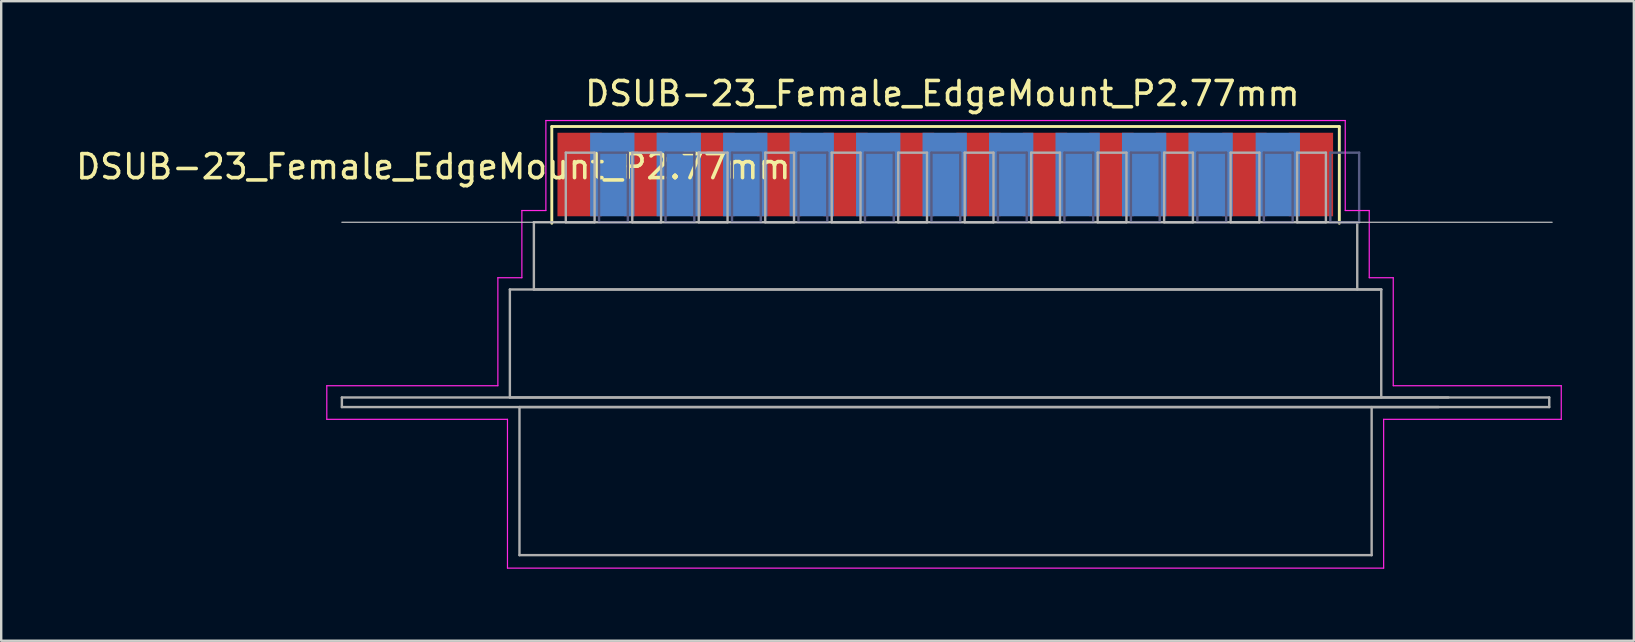
<source format=kicad_pcb>
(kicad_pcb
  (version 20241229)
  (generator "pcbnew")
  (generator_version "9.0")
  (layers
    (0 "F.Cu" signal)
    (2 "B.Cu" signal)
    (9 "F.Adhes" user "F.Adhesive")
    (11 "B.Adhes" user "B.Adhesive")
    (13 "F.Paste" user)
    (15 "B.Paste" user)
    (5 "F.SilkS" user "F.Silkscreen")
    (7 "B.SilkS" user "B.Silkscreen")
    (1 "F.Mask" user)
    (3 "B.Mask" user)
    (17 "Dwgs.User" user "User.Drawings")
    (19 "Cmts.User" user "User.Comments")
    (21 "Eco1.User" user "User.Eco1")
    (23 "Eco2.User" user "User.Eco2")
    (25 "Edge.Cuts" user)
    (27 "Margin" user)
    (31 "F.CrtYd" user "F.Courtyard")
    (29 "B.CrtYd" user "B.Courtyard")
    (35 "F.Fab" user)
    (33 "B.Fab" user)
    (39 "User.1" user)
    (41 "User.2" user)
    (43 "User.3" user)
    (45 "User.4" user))
  (footprint "DSUB-23_Female_EdgeMount_P2.77mm"
    (layer "F.Cu")
    (at 36.22 4.221)
    (property "Reference" "DSUB-23_Female_EdgeMount_P2.77mm" (at -21.214 -0.325 0) (layer "F.SilkS") (effects (font (size 1 1) (thickness 0.15))))
    (attr smd)
    (fp_line (start -16.279 -2) (end -16.279 2.032) (stroke (width 0.12) (type solid)) (layer "F.SilkS"))
    (fp_line (start 16.533 -2) (end -16.279 -2) (stroke (width 0.12) (type solid)) (layer "F.SilkS"))
    (fp_line (start 16.533 2.032) (end 16.533 -2) (stroke (width 0.12) (type solid)) (layer "F.SilkS"))
    (fp_line (start -25.026 1.99) (end 25.4 1.99) (stroke (width 0.05) (type solid)) (layer "Dwgs.User"))
    (fp_line (start -25.654 8.8) (end -18.526 8.8) (stroke (width 0.05) (type solid)) (layer "F.CrtYd"))
    (fp_line (start -25.654 10.2) (end -25.654 8.8) (stroke (width 0.05) (type solid)) (layer "F.CrtYd"))
    (fp_line (start -18.526 4.3) (end -17.526 4.3) (stroke (width 0.05) (type solid)) (layer "F.CrtYd"))
    (fp_line (start -18.526 8.8) (end -18.526 4.3) (stroke (width 0.05) (type solid)) (layer "F.CrtYd"))
    (fp_line (start -18.126 10.2) (end -25.654 10.2) (stroke (width 0.05) (type solid)) (layer "F.CrtYd"))
    (fp_line (start -18.126 16.4) (end -18.126 10.2) (stroke (width 0.05) (type solid)) (layer "F.CrtYd"))
    (fp_line (start -17.526 1.5) (end -16.526 1.5) (stroke (width 0.05) (type solid)) (layer "F.CrtYd"))
    (fp_line (start -17.526 4.3) (end -17.526 1.5) (stroke (width 0.05) (type solid)) (layer "F.CrtYd"))
    (fp_line (start -16.526 -2.25) (end 16.78 -2.25) (stroke (width 0.05) (type solid)) (layer "F.CrtYd"))
    (fp_line (start -16.526 1.5) (end -16.526 -2.25) (stroke (width 0.05) (type solid)) (layer "F.CrtYd"))
    (fp_line (start 16.78 -2.25) (end 16.78 1.5) (stroke (width 0.05) (type solid)) (layer "F.CrtYd"))
    (fp_line (start 16.78 1.5) (end 17.78 1.5) (stroke (width 0.05) (type solid)) (layer "F.CrtYd"))
    (fp_line (start 17.78 1.5) (end 17.78 4.3) (stroke (width 0.05) (type solid)) (layer "F.CrtYd"))
    (fp_line (start 17.78 4.3) (end 18.78 4.3) (stroke (width 0.05) (type solid)) (layer "F.CrtYd"))
    (fp_line (start 18.38 10.2) (end 18.38 16.4) (stroke (width 0.05) (type solid)) (layer "F.CrtYd"))
    (fp_line (start 18.38 16.4) (end -18.126 16.4) (stroke (width 0.05) (type solid)) (layer "F.CrtYd"))
    (fp_line (start 18.78 4.3) (end 18.78 8.8) (stroke (width 0.05) (type solid)) (layer "F.CrtYd"))
    (fp_line (start 18.78 8.8) (end 25.78 8.8) (stroke (width 0.05) (type solid)) (layer "F.CrtYd"))
    (fp_line (start 25.78 8.8) (end 25.78 10.2) (stroke (width 0.05) (type solid)) (layer "F.CrtYd"))
    (fp_line (start 25.78 10.2) (end 18.38 10.2) (stroke (width 0.05) (type solid)) (layer "F.CrtYd"))
    (fp_line (start -14.311 -0.91) (end -14.311 1.99) (stroke (width 0.1) (type solid)) (layer "B.Fab"))
    (fp_line (start -14.311 1.99) (end -13.111 1.99) (stroke (width 0.1) (type solid)) (layer "B.Fab"))
    (fp_line (start -13.111 -0.91) (end -14.311 -0.91) (stroke (width 0.1) (type solid)) (layer "B.Fab"))
    (fp_line (start -13.111 1.99) (end -13.111 -0.91) (stroke (width 0.1) (type solid)) (layer "B.Fab"))
    (fp_line (start -11.541 -0.91) (end -11.541 1.99) (stroke (width 0.1) (type solid)) (layer "B.Fab"))
    (fp_line (start -11.541 1.99) (end -10.341 1.99) (stroke (width 0.1) (type solid)) (layer "B.Fab"))
    (fp_line (start -10.341 -0.91) (end -11.541 -0.91) (stroke (width 0.1) (type solid)) (layer "B.Fab"))
    (fp_line (start -10.341 1.99) (end -10.341 -0.91) (stroke (width 0.1) (type solid)) (layer "B.Fab"))
    (fp_line (start -8.771 -0.91) (end -8.771 1.99) (stroke (width 0.1) (type solid)) (layer "B.Fab"))
    (fp_line (start -8.771 1.99) (end -7.571 1.99) (stroke (width 0.1) (type solid)) (layer "B.Fab"))
    (fp_line (start -7.571 -0.91) (end -8.771 -0.91) (stroke (width 0.1) (type solid)) (layer "B.Fab"))
    (fp_line (start -7.571 1.99) (end -7.571 -0.91) (stroke (width 0.1) (type solid)) (layer "B.Fab"))
    (fp_line (start -6.001 -0.91) (end -6.001 1.99) (stroke (width 0.1) (type solid)) (layer "B.Fab"))
    (fp_line (start -6.001 1.99) (end -4.801 1.99) (stroke (width 0.1) (type solid)) (layer "B.Fab"))
    (fp_line (start -4.801 -0.91) (end -6.001 -0.91) (stroke (width 0.1) (type solid)) (layer "B.Fab"))
    (fp_line (start -4.801 1.99) (end -4.801 -0.91) (stroke (width 0.1) (type solid)) (layer "B.Fab"))
    (fp_line (start -3.231 -0.91) (end -3.231 1.99) (stroke (width 0.1) (type solid)) (layer "B.Fab"))
    (fp_line (start -3.231 1.99) (end -2.031 1.99) (stroke (width 0.1) (type solid)) (layer "B.Fab"))
    (fp_line (start -2.031 -0.91) (end -3.231 -0.91) (stroke (width 0.1) (type solid)) (layer "B.Fab"))
    (fp_line (start -2.031 1.99) (end -2.031 -0.91) (stroke (width 0.1) (type solid)) (layer "B.Fab"))
    (fp_line (start -0.461 -0.91) (end -0.461 1.99) (stroke (width 0.1) (type solid)) (layer "B.Fab"))
    (fp_line (start -0.461 1.99) (end 0.739 1.99) (stroke (width 0.1) (type solid)) (layer "B.Fab"))
    (fp_line (start 0.739 -0.91) (end -0.461 -0.91) (stroke (width 0.1) (type solid)) (layer "B.Fab"))
    (fp_line (start 0.739 1.99) (end 0.739 -0.91) (stroke (width 0.1) (type solid)) (layer "B.Fab"))
    (fp_line (start 2.309 -0.91) (end 2.309 1.99) (stroke (width 0.1) (type solid)) (layer "B.Fab"))
    (fp_line (start 2.309 1.99) (end 3.509 1.99) (stroke (width 0.1) (type solid)) (layer "B.Fab"))
    (fp_line (start 3.509 -0.91) (end 2.309 -0.91) (stroke (width 0.1) (type solid)) (layer "B.Fab"))
    (fp_line (start 3.509 1.99) (end 3.509 -0.91) (stroke (width 0.1) (type solid)) (layer "B.Fab"))
    (fp_line (start 5.079 -0.91) (end 5.079 1.99) (stroke (width 0.1) (type solid)) (layer "B.Fab"))
    (fp_line (start 5.079 1.99) (end 6.279 1.99) (stroke (width 0.1) (type solid)) (layer "B.Fab"))
    (fp_line (start 6.279 -0.91) (end 5.079 -0.91) (stroke (width 0.1) (type solid)) (layer "B.Fab"))
    (fp_line (start 6.279 1.99) (end 6.279 -0.91) (stroke (width 0.1) (type solid)) (layer "B.Fab"))
    (fp_line (start 7.849 -0.91) (end 7.849 1.99) (stroke (width 0.1) (type solid)) (layer "B.Fab"))
    (fp_line (start 7.849 1.99) (end 9.049 1.99) (stroke (width 0.1) (type solid)) (layer "B.Fab"))
    (fp_line (start 9.049 -0.91) (end 7.849 -0.91) (stroke (width 0.1) (type solid)) (layer "B.Fab"))
    (fp_line (start 9.049 1.99) (end 9.049 -0.91) (stroke (width 0.1) (type solid)) (layer "B.Fab"))
    (fp_line (start 10.619 -0.91) (end 10.619 1.99) (stroke (width 0.1) (type solid)) (layer "B.Fab"))
    (fp_line (start 10.619 1.99) (end 11.819 1.99) (stroke (width 0.1) (type solid)) (layer "B.Fab"))
    (fp_line (start 11.819 -0.91) (end 10.619 -0.91) (stroke (width 0.1) (type solid)) (layer "B.Fab"))
    (fp_line (start 11.819 1.99) (end 11.819 -0.91) (stroke (width 0.1) (type solid)) (layer "B.Fab"))
    (fp_line (start 13.389 -0.91) (end 13.389 1.99) (stroke (width 0.1) (type solid)) (layer "B.Fab"))
    (fp_line (start 13.389 1.99) (end 14.589 1.99) (stroke (width 0.1) (type solid)) (layer "B.Fab"))
    (fp_line (start 14.589 -0.91) (end 13.389 -0.91) (stroke (width 0.1) (type solid)) (layer "B.Fab"))
    (fp_line (start 14.589 1.99) (end 14.589 -0.91) (stroke (width 0.1) (type solid)) (layer "B.Fab"))
    (fp_line (start 16.159 -0.91) (end 16.159 1.99) (stroke (width 0.1) (type solid)) (layer "B.Fab"))
    (fp_line (start 16.159 1.99) (end 17.359 1.99) (stroke (width 0.1) (type solid)) (layer "B.Fab"))
    (fp_line (start 17.359 -0.91) (end 16.159 -0.91) (stroke (width 0.1) (type solid)) (layer "B.Fab"))
    (fp_line (start 17.359 1.99) (end 17.359 -0.91) (stroke (width 0.1) (type solid)) (layer "B.Fab"))
    (fp_line (start -25.026 9.29) (end -25.026 9.69) (stroke (width 0.1) (type solid)) (layer "F.Fab"))
    (fp_line (start -25.026 9.69) (end 25.28 9.69) (stroke (width 0.1) (type solid)) (layer "F.Fab"))
    (fp_line (start -18.026 4.79) (end -18.026 9.29) (stroke (width 0.1) (type solid)) (layer "F.Fab"))
    (fp_line (start -18.026 9.29) (end 21.074 9.29) (stroke (width 0.1) (type solid)) (layer "F.Fab"))
    (fp_line (start -17.626 9.69) (end -17.626 15.86) (stroke (width 0.1) (type solid)) (layer "F.Fab"))
    (fp_line (start -17.626 15.86) (end 17.88 15.86) (stroke (width 0.1) (type solid)) (layer "F.Fab"))
    (fp_line (start -17.026 1.99) (end -17.026 4.79) (stroke (width 0.1) (type solid)) (layer "F.Fab"))
    (fp_line (start -17.026 4.79) (end 18.28 4.79) (stroke (width 0.1) (type solid)) (layer "F.Fab"))
    (fp_line (start -15.696 -0.91) (end -15.696 1.99) (stroke (width 0.1) (type solid)) (layer "F.Fab"))
    (fp_line (start -15.696 1.99) (end -14.496 1.99) (stroke (width 0.1) (type solid)) (layer "F.Fab"))
    (fp_line (start -14.496 -0.91) (end -15.696 -0.91) (stroke (width 0.1) (type solid)) (layer "F.Fab"))
    (fp_line (start -14.496 1.99) (end -14.496 -0.91) (stroke (width 0.1) (type solid)) (layer "F.Fab"))
    (fp_line (start -12.926 -0.91) (end -12.926 1.99) (stroke (width 0.1) (type solid)) (layer "F.Fab"))
    (fp_line (start -12.926 1.99) (end -11.726 1.99) (stroke (width 0.1) (type solid)) (layer "F.Fab"))
    (fp_line (start -11.726 -0.91) (end -12.926 -0.91) (stroke (width 0.1) (type solid)) (layer "F.Fab"))
    (fp_line (start -11.726 1.99) (end -11.726 -0.91) (stroke (width 0.1) (type solid)) (layer "F.Fab"))
    (fp_line (start -10.156 -0.91) (end -10.156 1.99) (stroke (width 0.1) (type solid)) (layer "F.Fab"))
    (fp_line (start -10.156 1.99) (end -8.956 1.99) (stroke (width 0.1) (type solid)) (layer "F.Fab"))
    (fp_line (start -8.956 -0.91) (end -10.156 -0.91) (stroke (width 0.1) (type solid)) (layer "F.Fab"))
    (fp_line (start -8.956 1.99) (end -8.956 -0.91) (stroke (width 0.1) (type solid)) (layer "F.Fab"))
    (fp_line (start -7.386 -0.91) (end -7.386 1.99) (stroke (width 0.1) (type solid)) (layer "F.Fab"))
    (fp_line (start -7.386 1.99) (end -6.186 1.99) (stroke (width 0.1) (type solid)) (layer "F.Fab"))
    (fp_line (start -6.186 -0.91) (end -7.386 -0.91) (stroke (width 0.1) (type solid)) (layer "F.Fab"))
    (fp_line (start -6.186 1.99) (end -6.186 -0.91) (stroke (width 0.1) (type solid)) (layer "F.Fab"))
    (fp_line (start -4.616 -0.91) (end -4.616 1.99) (stroke (width 0.1) (type solid)) (layer "F.Fab"))
    (fp_line (start -4.616 1.99) (end -3.416 1.99) (stroke (width 0.1) (type solid)) (layer "F.Fab"))
    (fp_line (start -3.416 -0.91) (end -4.616 -0.91) (stroke (width 0.1) (type solid)) (layer "F.Fab"))
    (fp_line (start -3.416 1.99) (end -3.416 -0.91) (stroke (width 0.1) (type solid)) (layer "F.Fab"))
    (fp_line (start -1.846 -0.91) (end -1.846 1.99) (stroke (width 0.1) (type solid)) (layer "F.Fab"))
    (fp_line (start -1.846 1.99) (end -0.646 1.99) (stroke (width 0.1) (type solid)) (layer "F.Fab"))
    (fp_line (start -0.646 -0.91) (end -1.846 -0.91) (stroke (width 0.1) (type solid)) (layer "F.Fab"))
    (fp_line (start -0.646 1.99) (end -0.646 -0.91) (stroke (width 0.1) (type solid)) (layer "F.Fab"))
    (fp_line (start 0.924 -0.91) (end 0.924 1.99) (stroke (width 0.1) (type solid)) (layer "F.Fab"))
    (fp_line (start 0.924 1.99) (end 2.124 1.99) (stroke (width 0.1) (type solid)) (layer "F.Fab"))
    (fp_line (start 2.124 -0.91) (end 0.924 -0.91) (stroke (width 0.1) (type solid)) (layer "F.Fab"))
    (fp_line (start 2.124 1.99) (end 2.124 -0.91) (stroke (width 0.1) (type solid)) (layer "F.Fab"))
    (fp_line (start 3.694 -0.91) (end 3.694 1.99) (stroke (width 0.1) (type solid)) (layer "F.Fab"))
    (fp_line (start 3.694 1.99) (end 4.894 1.99) (stroke (width 0.1) (type solid)) (layer "F.Fab"))
    (fp_line (start 4.894 -0.91) (end 3.694 -0.91) (stroke (width 0.1) (type solid)) (layer "F.Fab"))
    (fp_line (start 4.894 1.99) (end 4.894 -0.91) (stroke (width 0.1) (type solid)) (layer "F.Fab"))
    (fp_line (start 6.464 -0.91) (end 6.464 1.99) (stroke (width 0.1) (type solid)) (layer "F.Fab"))
    (fp_line (start 6.464 1.99) (end 7.664 1.99) (stroke (width 0.1) (type solid)) (layer "F.Fab"))
    (fp_line (start 7.664 -0.91) (end 6.464 -0.91) (stroke (width 0.1) (type solid)) (layer "F.Fab"))
    (fp_line (start 7.664 1.99) (end 7.664 -0.91) (stroke (width 0.1) (type solid)) (layer "F.Fab"))
    (fp_line (start 9.234 -0.91) (end 9.234 1.99) (stroke (width 0.1) (type solid)) (layer "F.Fab"))
    (fp_line (start 9.234 1.99) (end 10.434 1.99) (stroke (width 0.1) (type solid)) (layer "F.Fab"))
    (fp_line (start 10.434 -0.91) (end 9.234 -0.91) (stroke (width 0.1) (type solid)) (layer "F.Fab"))
    (fp_line (start 10.434 1.99) (end 10.434 -0.91) (stroke (width 0.1) (type solid)) (layer "F.Fab"))
    (fp_line (start 12.004 -0.91) (end 12.004 1.99) (stroke (width 0.1) (type solid)) (layer "F.Fab"))
    (fp_line (start 12.004 1.99) (end 13.204 1.99) (stroke (width 0.1) (type solid)) (layer "F.Fab"))
    (fp_line (start 13.204 -0.91) (end 12.004 -0.91) (stroke (width 0.1) (type solid)) (layer "F.Fab"))
    (fp_line (start 13.204 1.99) (end 13.204 -0.91) (stroke (width 0.1) (type solid)) (layer "F.Fab"))
    (fp_line (start 14.774 -0.91) (end 14.774 1.99) (stroke (width 0.1) (type solid)) (layer "F.Fab"))
    (fp_line (start 14.774 1.99) (end 15.974 1.99) (stroke (width 0.1) (type solid)) (layer "F.Fab"))
    (fp_line (start 15.974 -0.91) (end 14.774 -0.91) (stroke (width 0.1) (type solid)) (layer "F.Fab"))
    (fp_line (start 15.974 1.99) (end 15.974 -0.91) (stroke (width 0.1) (type solid)) (layer "F.Fab"))
    (fp_line (start 17.28 1.99) (end -17.026 1.99) (stroke (width 0.1) (type solid)) (layer "F.Fab"))
    (fp_line (start 17.28 4.79) (end 17.28 1.99) (stroke (width 0.1) (type solid)) (layer "F.Fab"))
    (fp_line (start 17.88 15.86) (end 17.88 9.69) (stroke (width 0.1) (type solid)) (layer "F.Fab"))
    (fp_line (start 18.28 4.79) (end -18.026 4.79) (stroke (width 0.1) (type solid)) (layer "F.Fab"))
    (fp_line (start 18.28 9.29) (end 18.28 4.79) (stroke (width 0.1) (type solid)) (layer "F.Fab"))
    (fp_line (start 20.674 9.69) (end -17.626 9.69) (stroke (width 0.1) (type solid)) (layer "F.Fab"))
    (fp_line (start 25.28 9.29) (end -25.026 9.29) (stroke (width 0.1) (type solid)) (layer "F.Fab"))
    (fp_line (start 25.28 9.69) (end 25.28 9.29) (stroke (width 0.1) (type solid)) (layer "F.Fab"))
    (fp_text user "${REFERENCE}" (at -0.005 -3.373 180) (layer "F.SilkS") (effects (font (size 1 1) (thickness 0.15))))
    (pad "1" smd rect (at 15.35 0) (size 1.847 3.48) (layers "F.Cu" "F.Mask" "F.Paste"))
    (pad "2" smd rect (at 12.58 0) (size 1.847 3.48) (layers "F.Cu" "F.Mask" "F.Paste"))
    (pad "3" smd rect (at 9.81 0) (size 1.847 3.48) (layers "F.Cu" "F.Mask" "F.Paste"))
    (pad "4" smd rect (at 7.04 0) (size 1.847 3.48) (layers "F.Cu" "F.Mask" "F.Paste"))
    (pad "5" smd rect (at 4.27 0) (size 1.847 3.48) (layers "F.Cu" "F.Mask" "F.Paste"))
    (pad "6" smd rect (at 1.5 0) (size 1.847 3.48) (layers "F.Cu" "F.Mask" "F.Paste"))
    (pad "7" smd rect (at -1.27 0) (size 1.847 3.48) (layers "F.Cu" "F.Mask" "F.Paste"))
    (pad "8" smd rect (at -4.04 0) (size 1.847 3.48) (layers "F.Cu" "F.Mask" "F.Paste"))
    (pad "9" smd rect (at -6.81 0) (size 1.847 3.48) (layers "F.Cu" "F.Mask" "F.Paste"))
    (pad "10" smd rect (at -9.58 0) (size 1.847 3.48) (layers "F.Cu" "F.Mask" "F.Paste"))
    (pad "11" smd rect (at -12.35 0) (size 1.847 3.48) (layers "F.Cu" "F.Mask" "F.Paste"))
    (pad "12" smd rect (at -15.12 0) (size 1.847 3.48) (layers "F.Cu" "F.Mask" "F.Paste"))
    (pad "13" smd rect (at 13.97 0) (size 1.847 3.48) (layers "B.Cu" "B.Mask" "B.Paste"))
    (pad "14" smd rect (at 11.171 0) (size 1.847 3.48) (layers "B.Cu" "B.Mask" "B.Paste"))
    (pad "15" smd rect (at 8.401 0) (size 1.847 3.48) (layers "B.Cu" "B.Mask" "B.Paste"))
    (pad "16" smd rect (at 5.631 0) (size 1.847 3.48) (layers "B.Cu" "B.Mask" "B.Paste"))
    (pad "17" smd rect (at 2.861 0) (size 1.847 3.48) (layers "B.Cu" "B.Mask" "B.Paste"))
    (pad "18" smd rect (at 0.091 0) (size 1.847 3.48) (layers "B.Cu" "B.Mask" "B.Paste"))
    (pad "19" smd rect (at -2.679 0) (size 1.847 3.48) (layers "B.Cu" "B.Mask" "B.Paste"))
    (pad "20" smd rect (at -5.449 0) (size 1.847 3.48) (layers "B.Cu" "B.Mask" "B.Paste"))
    (pad "21" smd rect (at -8.219 0) (size 1.847 3.48) (layers "B.Cu" "B.Mask" "B.Paste"))
    (pad "22" smd rect (at -10.989 0) (size 1.847 3.48) (layers "B.Cu" "B.Mask" "B.Paste"))
    (pad "23" smd rect (at -13.759 0) (size 1.847 3.48) (layers "B.Cu" "B.Mask" "B.Paste")))
  (gr_rect
    (start -3 -3)
    (end 65.025 23.646)
    (stroke (width 0.1) (type default))
    (fill no)
    (layer "Edge.Cuts")))
</source>
